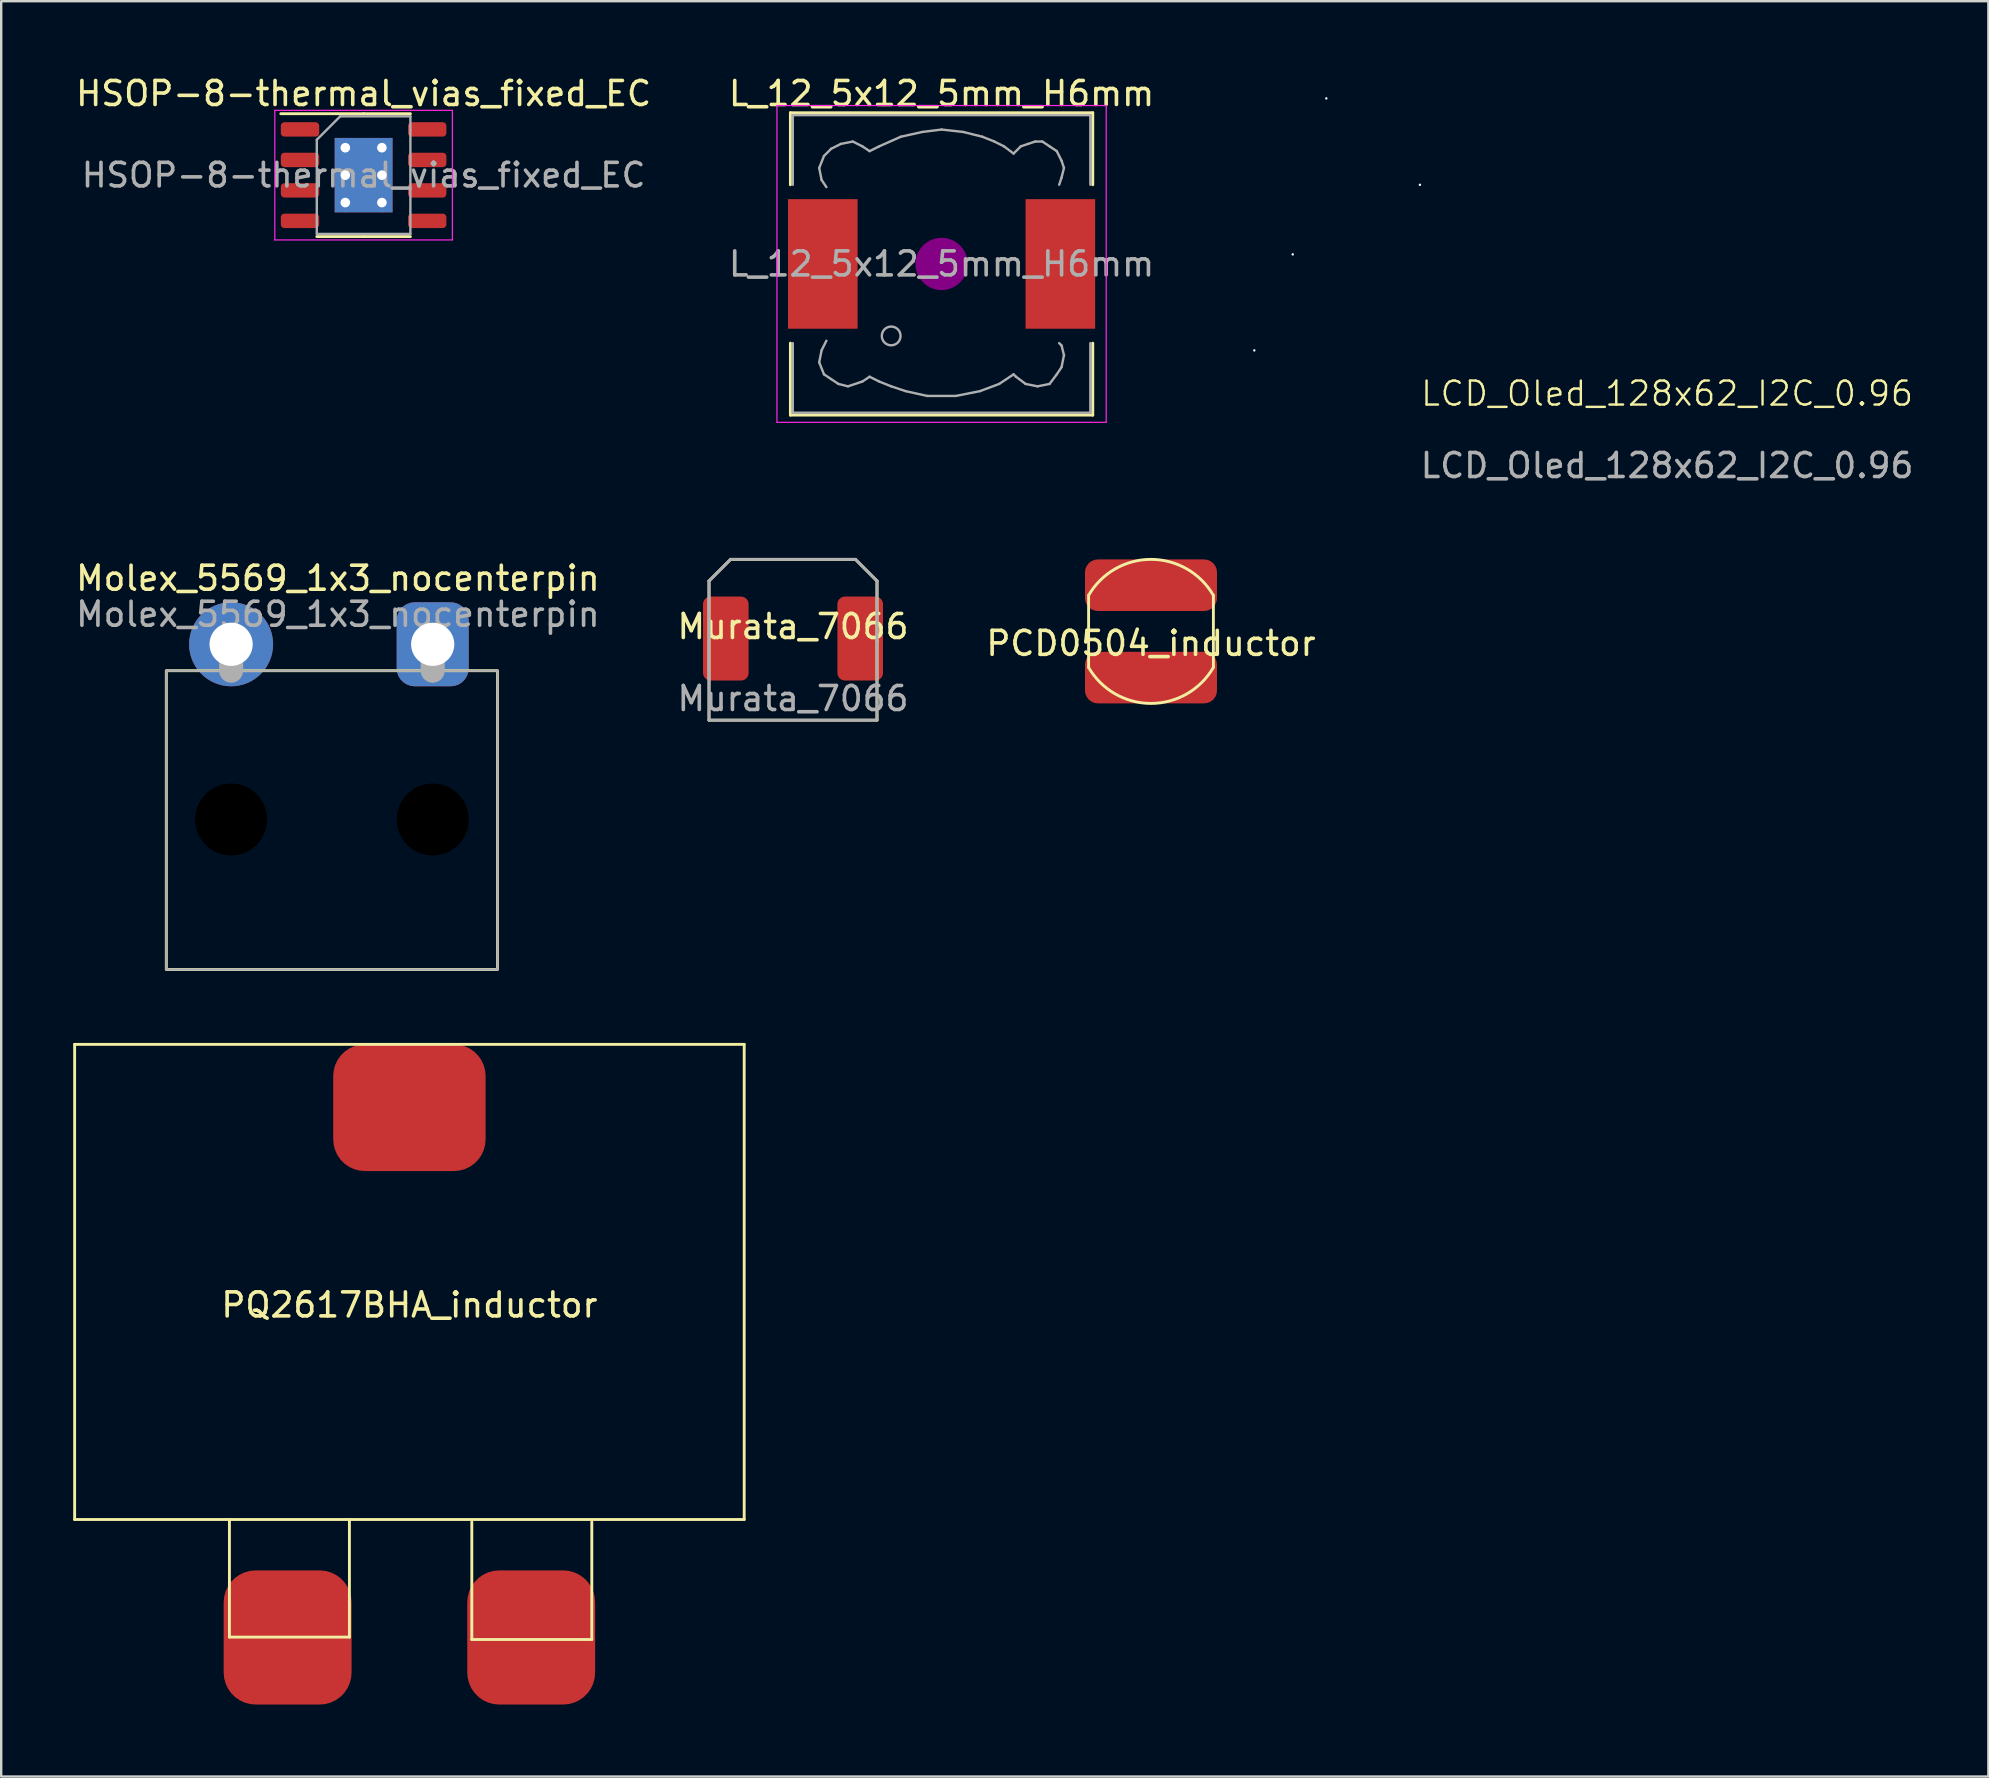
<source format=kicad_pcb>
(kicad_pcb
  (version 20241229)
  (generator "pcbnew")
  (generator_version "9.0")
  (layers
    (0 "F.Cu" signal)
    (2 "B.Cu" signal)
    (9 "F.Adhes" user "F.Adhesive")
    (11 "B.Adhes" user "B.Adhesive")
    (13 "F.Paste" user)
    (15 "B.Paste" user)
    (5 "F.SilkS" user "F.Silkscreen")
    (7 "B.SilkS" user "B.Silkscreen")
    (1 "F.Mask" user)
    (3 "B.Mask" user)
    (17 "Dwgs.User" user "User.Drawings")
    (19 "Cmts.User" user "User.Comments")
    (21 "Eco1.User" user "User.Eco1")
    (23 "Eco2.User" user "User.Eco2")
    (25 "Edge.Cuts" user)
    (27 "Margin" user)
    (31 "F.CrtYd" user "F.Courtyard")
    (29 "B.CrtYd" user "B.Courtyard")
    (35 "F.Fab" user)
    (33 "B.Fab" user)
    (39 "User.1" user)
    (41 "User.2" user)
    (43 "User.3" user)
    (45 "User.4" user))
  (footprint "PQ2617BHA_inductor"
    (layer "F.Cu")
    (at 14.01 50.827)
    (property "Reference" "PQ2617BHA_inductor" (at 0 0.5 0) (layer "F.SilkS") (effects (font (size 1 1) (thickness 0.15))))
    (attr through_hole)
    (fp_line (start -13.95 -10.36) (end 13.95 -10.36) (stroke (width 0.12) (type solid)) (layer "F.SilkS"))
    (fp_line (start -13.95 9.44) (end -13.95 -10.36) (stroke (width 0.12) (type solid)) (layer "F.SilkS"))
    (fp_line (start -7.5 9.44) (end -7.5 14.34) (stroke (width 0.12) (type solid)) (layer "F.SilkS"))
    (fp_line (start -7.5 14.34) (end -2.5 14.34) (stroke (width 0.12) (type solid)) (layer "F.SilkS"))
    (fp_line (start -2.5 14.34) (end -2.5 9.44) (stroke (width 0.12) (type solid)) (layer "F.SilkS"))
    (fp_line (start 2.6 9.54) (end 2.6 14.44) (stroke (width 0.12) (type solid)) (layer "F.SilkS"))
    (fp_line (start 2.6 14.44) (end 7.6 14.44) (stroke (width 0.12) (type solid)) (layer "F.SilkS"))
    (fp_line (start 7.6 14.44) (end 7.6 9.54) (stroke (width 0.12) (type solid)) (layer "F.SilkS"))
    (fp_line (start 13.95 -10.36) (end 13.95 9.44) (stroke (width 0.12) (type solid)) (layer "F.SilkS"))
    (fp_line (start 13.95 9.44) (end -13.95 9.44) (stroke (width 0.12) (type solid)) (layer "F.SilkS"))
    (pad "1" smd roundrect (at -5.075 14.355) (size 5.33 5.59) (layers "F.Cu" "F.Mask" "F.Paste") (roundrect_rratio 0.25))
    (pad "2" smd roundrect (at 5.075 14.355) (size 5.33 5.59) (layers "F.Cu" "F.Mask" "F.Paste") (roundrect_rratio 0.25))
    (pad "3" smd roundrect (at 0 -7.72) (size 6.35 5.28) (layers "F.Cu" "F.Mask" "F.Paste") (roundrect_rratio 0.25)))
  (footprint "Murata_7066"
    (layer "F.Cu")
    (at 29.994 23.558)
    (property "Reference" "Murata_7066" (at 0 -0.5 0) (unlocked yes) (layer "F.SilkS") (effects (font (size 1 1) (thickness 0.15))))
    (attr smd)
    (fp_line (start -3.5 -2.4) (end -2.6 -3.3) (stroke (width 0.12) (type default)) (layer "F.SilkS"))
    (fp_line (start -3.5 3.4) (end -3.5 -2.4) (stroke (width 0.12) (type default)) (layer "F.SilkS"))
    (fp_line (start -2.6 -3.3) (end 2.6 -3.3) (stroke (width 0.12) (type default)) (layer "F.SilkS"))
    (fp_line (start 2.6 -3.3) (end 3.5 -2.4) (stroke (width 0.12) (type default)) (layer "F.SilkS"))
    (fp_line (start 3.5 -2.4) (end 3.5 0.1) (stroke (width 0.12) (type default)) (layer "F.SilkS"))
    (fp_line (start 3.5 0.1) (end 3.5 3.4) (stroke (width 0.12) (type default)) (layer "F.SilkS"))
    (fp_line (start 3.5 3.4) (end -3.5 3.4) (stroke (width 0.12) (type default)) (layer "F.SilkS"))
    (fp_line (start -3.5 -2.4) (end -2.6 -3.3) (stroke (width 0.12) (type default)) (layer "F.Fab"))
    (fp_line (start -3.5 3.4) (end -3.5 -2.4) (stroke (width 0.12) (type default)) (layer "F.Fab"))
    (fp_line (start -2.6 -3.3) (end 2.6 -3.3) (stroke (width 0.12) (type default)) (layer "F.Fab"))
    (fp_line (start 2.6 -3.3) (end 3.5 -2.4) (stroke (width 0.12) (type default)) (layer "F.Fab"))
    (fp_line (start 3.5 -2.4) (end 3.5 0.1) (stroke (width 0.12) (type default)) (layer "F.Fab"))
    (fp_line (start 3.5 0.1) (end 3.5 3.4) (stroke (width 0.12) (type default)) (layer "F.Fab"))
    (fp_line (start 3.5 3.4) (end -3.5 3.4) (stroke (width 0.12) (type default)) (layer "F.Fab"))
    (fp_text user "${REFERENCE}" (at 0 2.5 0) (unlocked yes) (layer "F.Fab") (effects (font (size 1 1) (thickness 0.15))))
    (pad "1" smd roundrect (at -2.8 0) (size 1.9 3.5) (layers "F.Cu" "F.Mask" "F.Paste") (roundrect_rratio 0.164))
    (pad "2" smd roundrect (at 2.8 0) (size 1.9 3.5) (layers "F.Cu" "F.Mask" "F.Paste") (roundrect_rratio 0.164)))
  (footprint "HSOP-8-thermal_vias_fixed_EC"
    (layer "F.Cu")
    (at 12.101 4.248)
    (property "Reference" "HSOP-8-thermal_vias_fixed_EC" (at 0 -3.4 0) (layer "F.SilkS") (effects (font (size 1 1) (thickness 0.15))))
    (attr smd)
    (fp_line (start 0 -2.56) (end -3.45 -2.56) (stroke (width 0.12) (type solid)) (layer "F.SilkS"))
    (fp_line (start 0 -2.56) (end 1.95 -2.56) (stroke (width 0.12) (type solid)) (layer "F.SilkS"))
    (fp_line (start 0 2.56) (end -1.95 2.56) (stroke (width 0.12) (type solid)) (layer "F.SilkS"))
    (fp_line (start 0 2.56) (end 1.95 2.56) (stroke (width 0.12) (type solid)) (layer "F.SilkS"))
    (fp_line (start -3.7 -2.7) (end -3.7 2.7) (stroke (width 0.05) (type solid)) (layer "F.CrtYd"))
    (fp_line (start -3.7 2.7) (end 3.7 2.7) (stroke (width 0.05) (type solid)) (layer "F.CrtYd"))
    (fp_line (start 3.7 -2.7) (end -3.7 -2.7) (stroke (width 0.05) (type solid)) (layer "F.CrtYd"))
    (fp_line (start 3.7 2.7) (end 3.7 -2.7) (stroke (width 0.05) (type solid)) (layer "F.CrtYd"))
    (fp_line (start -1.95 -1.475) (end -0.975 -2.45) (stroke (width 0.1) (type solid)) (layer "F.Fab"))
    (fp_line (start -1.95 2.45) (end -1.95 -1.475) (stroke (width 0.1) (type solid)) (layer "F.Fab"))
    (fp_line (start -0.975 -2.45) (end 1.95 -2.45) (stroke (width 0.1) (type solid)) (layer "F.Fab"))
    (fp_line (start 1.95 -2.45) (end 1.95 2.45) (stroke (width 0.1) (type solid)) (layer "F.Fab"))
    (fp_line (start 1.95 2.45) (end -1.95 2.45) (stroke (width 0.1) (type solid)) (layer "F.Fab"))
    (fp_text user "${REFERENCE}" (at 0 0 0) (layer "F.Fab") (effects (font (size 0.98 0.98) (thickness 0.15))))
    (pad "" smd roundrect (at -0.6 -0.775) (size 0.97 1.25) (layers "F.Paste") (roundrect_rratio 0.25))
    (pad "" smd roundrect (at -0.6 0.775) (size 0.97 1.25) (layers "F.Paste") (roundrect_rratio 0.25))
    (pad "" smd roundrect (at 0.6 -0.775) (size 0.97 1.25) (layers "F.Paste") (roundrect_rratio 0.25))
    (pad "" smd roundrect (at 0.6 0.775) (size 0.97 1.25) (layers "F.Paste") (roundrect_rratio 0.25))
    (pad "1" smd roundrect (at -2.65 -1.905) (size 1.6 0.6) (layers "F.Cu" "F.Mask" "F.Paste") (roundrect_rratio 0.25))
    (pad "2" smd roundrect (at -2.65 -0.635) (size 1.6 0.6) (layers "F.Cu" "F.Mask" "F.Paste") (roundrect_rratio 0.25))
    (pad "3" smd roundrect (at -2.65 0.635) (size 1.6 0.6) (layers "F.Cu" "F.Mask" "F.Paste") (roundrect_rratio 0.25))
    (pad "4" smd roundrect (at -2.65 1.905) (size 1.6 0.6) (layers "F.Cu" "F.Mask" "F.Paste") (roundrect_rratio 0.25))
    (pad "5" smd roundrect (at 2.65 1.905) (size 1.6 0.6) (layers "F.Cu" "F.Mask" "F.Paste") (roundrect_rratio 0.25))
    (pad "6" smd roundrect (at 2.65 0.635) (size 1.6 0.6) (layers "F.Cu" "F.Mask" "F.Paste") (roundrect_rratio 0.25))
    (pad "7" smd roundrect (at 2.65 -0.635) (size 1.6 0.6) (layers "F.Cu" "F.Mask" "F.Paste") (roundrect_rratio 0.25))
    (pad "8" smd roundrect (at 2.65 -1.905) (size 1.6 0.6) (layers "F.Cu" "F.Mask" "F.Paste") (roundrect_rratio 0.25))
    (pad "9" thru_hole circle (at -0.762 -1.143) (size 0.8 0.8) (drill 0.4) (layers "*.Cu"))
    (pad "9" thru_hole circle (at -0.762 0) (size 0.8 0.8) (drill 0.4) (layers "*.Cu"))
    (pad "9" thru_hole circle (at -0.762 1.143) (size 0.8 0.8) (drill 0.4) (layers "*.Cu"))
    (pad "9" smd rect (at 0 0) (size 2.41 3.1) (layers "F.Cu" "F.Mask"))
    (pad "9" smd rect (at 0 0) (size 2.41 3.1) (layers "B.Cu"))
    (pad "9" thru_hole circle (at 0.762 -1.143) (size 0.8 0.8) (drill 0.4) (layers "*.Cu"))
    (pad "9" thru_hole circle (at 0.762 0) (size 0.8 0.8) (drill 0.4) (layers "*.Cu"))
    (pad "9" thru_hole circle (at 0.762 1.143) (size 0.8 0.8) (drill 0.4) (layers "*.Cu")))
  (footprint "Molex_5569_1x3_nocenterpin"
    (layer "F.Cu")
    (at 10.78 23.797)
    (property "Reference" "Molex_5569_1x3_nocenterpin" (at 0.25 -2.75 0) (unlocked yes) (layer "F.SilkS") (effects (font (size 1 1) (thickness 0.15))))
    (attr through_hole)
    (fp_rect (start -6.9 1.1) (end 6.9 13.55) (stroke (width 0.12) (type solid)) (fill no) (layer "F.SilkS"))
    (fp_line (start -4.2 1.1) (end -4.2 0) (stroke (width 1) (type solid)) (layer "F.Fab"))
    (fp_line (start 4.2 1.1) (end 4.2 0) (stroke (width 1) (type solid)) (layer "F.Fab"))
    (fp_rect (start -6.9 1.1) (end 6.9 13.55) (stroke (width 0.1) (type solid)) (fill no) (layer "F.Fab"))
    (fp_text user "${REFERENCE}" (at 0.25 -1.25 0) (unlocked yes) (layer "F.Fab") (effects (font (size 1 1) (thickness 0.15))))
    (pad "" np_thru_hole circle (at -4.2 7.3) (size 3.1 3.1) (drill 3) (layers "*.Mask"))
    (pad "" np_thru_hole circle (at 4.2 7.3) (size 3.1 3.1) (drill 3) (layers "*.Mask"))
    (pad "1" thru_hole roundrect (at 4.2 0) (size 3 3.5) (drill 1.8) (layers "*.Cu" "*.Mask") (roundrect_rratio 0.25))
    (pad "2" thru_hole circle (at -4.2 0) (size 3.5 3.5) (drill 1.8) (layers "*.Cu" "*.Mask")))
  (footprint "LCD_Oled_128x62_I2C_0.96"
    (layer "F.Cu")
    (at 66.417 13.85)
    (property "Reference" "LCD_Oled_128x62_I2C_0.96" (at 0 -0.5 0) (unlocked yes) (layer "F.SilkS") (effects (font (size 1 1) (thickness 0.1))))
    (attr through_hole)
    (fp_text user "${REFERENCE}" (at 0 2.5 0) (unlocked yes) (layer "F.Fab") (effects (font (size 1 1) (thickness 0.15))))
    (pad "" np_thru_hole circle (at -17.2 -2.3) (size 0.1 0.1) (drill 2.1) (layers "*.Mask" "F.Cu"))
    (pad "" np_thru_hole circle (at -15.6 -6.3) (size 0.1 0.1) (drill 2.1) (layers "*.Mask" "F.Cu"))
    (pad "" np_thru_hole circle (at -14.2 -12.8) (size 0.1 0.1) (drill 2.1) (layers "*.Mask" "F.Cu"))
    (pad "" np_thru_hole circle (at -10.3 -9.2) (size 0.1 0.1) (drill 2.1) (layers "*.Mask" "F.Cu")))
  (footprint "L_12_5x12_5mm_H6mm"
    (layer "F.Cu")
    (at 36.185 7.948)
    (property "Reference" "L_12_5x12_5mm_H6mm" (at 0 -7.1 0) (layer "F.SilkS") (effects (font (size 1 1) (thickness 0.15))))
    (attr smd)
    (fp_line (start -6.3 -6.3) (end 6.3 -6.3) (stroke (width 0.12) (type solid)) (layer "F.SilkS"))
    (fp_line (start -6.3 -3.3) (end -6.3 -6.3) (stroke (width 0.12) (type solid)) (layer "F.SilkS"))
    (fp_line (start -6.3 6.3) (end -6.3 3.3) (stroke (width 0.12) (type solid)) (layer "F.SilkS"))
    (fp_line (start 6.3 -6.3) (end 6.3 -3.3) (stroke (width 0.12) (type solid)) (layer "F.SilkS"))
    (fp_line (start 6.3 3.3) (end 6.3 6.3) (stroke (width 0.12) (type solid)) (layer "F.SilkS"))
    (fp_line (start 6.3 6.3) (end -6.3 6.3) (stroke (width 0.12) (type solid)) (layer "F.SilkS"))
    (fp_circle (center 0 0) (end 0.15 0.15) (stroke (width 0.38) (type solid)) (fill no) (layer "F.Adhes"))
    (fp_circle (center 0 0) (end 0.55 0) (stroke (width 0.38) (type solid)) (fill no) (layer "F.Adhes"))
    (fp_circle (center 0 0) (end 0.9 0) (stroke (width 0.38) (type solid)) (fill no) (layer "F.Adhes"))
    (fp_line (start -6.86 -6.6) (end 6.86 -6.6) (stroke (width 0.05) (type solid)) (layer "F.CrtYd"))
    (fp_line (start -6.86 6.6) (end -6.86 -6.6) (stroke (width 0.05) (type solid)) (layer "F.CrtYd"))
    (fp_line (start 6.86 -6.6) (end 6.86 6.6) (stroke (width 0.05) (type solid)) (layer "F.CrtYd"))
    (fp_line (start 6.86 6.6) (end -6.86 6.6) (stroke (width 0.05) (type solid)) (layer "F.CrtYd"))
    (fp_line (start -6.2 -6.2) (end -6.2 -3.3) (stroke (width 0.1) (type solid)) (layer "F.Fab"))
    (fp_line (start -6.2 3.3) (end -6.2 6.2) (stroke (width 0.1) (type solid)) (layer "F.Fab"))
    (fp_line (start -6.2 6.2) (end 6.2 6.2) (stroke (width 0.1) (type solid)) (layer "F.Fab"))
    (fp_line (start -5.1 -4) (end -5 -3.5) (stroke (width 0.1) (type solid)) (layer "F.Fab"))
    (fp_line (start -5.1 4.1) (end -5 3.6) (stroke (width 0.1) (type solid)) (layer "F.Fab"))
    (fp_line (start -5 -3.5) (end -4.8 -3.2) (stroke (width 0.1) (type solid)) (layer "F.Fab"))
    (fp_line (start -5 3.6) (end -4.8 3.2) (stroke (width 0.1) (type solid)) (layer "F.Fab"))
    (fp_line (start -4.9 -4.5) (end -5.1 -4) (stroke (width 0.1) (type solid)) (layer "F.Fab"))
    (fp_line (start -4.9 4.6) (end -5.1 4.1) (stroke (width 0.1) (type solid)) (layer "F.Fab"))
    (fp_line (start -4.6 -4.8) (end -4.9 -4.5) (stroke (width 0.1) (type solid)) (layer "F.Fab"))
    (fp_line (start -4.6 4.8) (end -4.9 4.6) (stroke (width 0.1) (type solid)) (layer "F.Fab"))
    (fp_line (start -4.3 5) (end -4.6 4.8) (stroke (width 0.1) (type solid)) (layer "F.Fab"))
    (fp_line (start -4.2 -5) (end -4.6 -4.8) (stroke (width 0.1) (type solid)) (layer "F.Fab"))
    (fp_line (start -3.9 5.1) (end -4.3 5) (stroke (width 0.1) (type solid)) (layer "F.Fab"))
    (fp_line (start -3.7 -5.1) (end -4.2 -5) (stroke (width 0.1) (type solid)) (layer "F.Fab"))
    (fp_line (start -3.3 -4.9) (end -3.7 -5.1) (stroke (width 0.1) (type solid)) (layer "F.Fab"))
    (fp_line (start -3.3 4.9) (end -3.9 5.1) (stroke (width 0.1) (type solid)) (layer "F.Fab"))
    (fp_line (start -3 -4.7) (end -3.3 -4.9) (stroke (width 0.1) (type solid)) (layer "F.Fab"))
    (fp_line (start -3 4.7) (end -3.3 4.9) (stroke (width 0.1) (type solid)) (layer "F.Fab"))
    (fp_line (start -2.6 -4.9) (end -3 -4.7) (stroke (width 0.1) (type solid)) (layer "F.Fab"))
    (fp_line (start -2.6 4.9) (end -3 4.7) (stroke (width 0.1) (type solid)) (layer "F.Fab"))
    (fp_line (start -2.1 5.1) (end -2.6 4.9) (stroke (width 0.1) (type solid)) (layer "F.Fab"))
    (fp_line (start -1.7 -5.3) (end -2.6 -4.9) (stroke (width 0.1) (type solid)) (layer "F.Fab"))
    (fp_line (start -1.5 5.3) (end -2.1 5.1) (stroke (width 0.1) (type solid)) (layer "F.Fab"))
    (fp_line (start -0.8 -5.5) (end -1.7 -5.3) (stroke (width 0.1) (type solid)) (layer "F.Fab"))
    (fp_line (start -0.6 5.5) (end -1.5 5.3) (stroke (width 0.1) (type solid)) (layer "F.Fab"))
    (fp_line (start 0 -5.6) (end -0.8 -5.5) (stroke (width 0.1) (type solid)) (layer "F.Fab"))
    (fp_line (start 0.6 5.5) (end -0.6 5.5) (stroke (width 0.1) (type solid)) (layer "F.Fab"))
    (fp_line (start 0.9 -5.5) (end 0 -5.6) (stroke (width 0.1) (type solid)) (layer "F.Fab"))
    (fp_line (start 1.6 5.3) (end 0.6 5.5) (stroke (width 0.1) (type solid)) (layer "F.Fab"))
    (fp_line (start 1.7 -5.3) (end 0.9 -5.5) (stroke (width 0.1) (type solid)) (layer "F.Fab"))
    (fp_line (start 2.2 -5.1) (end 1.7 -5.3) (stroke (width 0.1) (type solid)) (layer "F.Fab"))
    (fp_line (start 2.4 5) (end 1.6 5.3) (stroke (width 0.1) (type solid)) (layer "F.Fab"))
    (fp_line (start 2.6 -4.9) (end 2.2 -5.1) (stroke (width 0.1) (type solid)) (layer "F.Fab"))
    (fp_line (start 3 -4.6) (end 2.6 -4.9) (stroke (width 0.1) (type solid)) (layer "F.Fab"))
    (fp_line (start 3 4.6) (end 2.4 5) (stroke (width 0.1) (type solid)) (layer "F.Fab"))
    (fp_line (start 3.1 4.7) (end 3 4.6) (stroke (width 0.1) (type solid)) (layer "F.Fab"))
    (fp_line (start 3.3 -4.9) (end 3 -4.6) (stroke (width 0.1) (type solid)) (layer "F.Fab"))
    (fp_line (start 3.5 5) (end 3.1 4.7) (stroke (width 0.1) (type solid)) (layer "F.Fab"))
    (fp_line (start 3.6 -5) (end 3.3 -4.9) (stroke (width 0.1) (type solid)) (layer "F.Fab"))
    (fp_line (start 3.9 -5.1) (end 3.6 -5) (stroke (width 0.1) (type solid)) (layer "F.Fab"))
    (fp_line (start 4 5.1) (end 3.5 5) (stroke (width 0.1) (type solid)) (layer "F.Fab"))
    (fp_line (start 4.2 -5.1) (end 3.9 -5.1) (stroke (width 0.1) (type solid)) (layer "F.Fab"))
    (fp_line (start 4.5 -4.9) (end 4.2 -5.1) (stroke (width 0.1) (type solid)) (layer "F.Fab"))
    (fp_line (start 4.5 5) (end 4 5.1) (stroke (width 0.1) (type solid)) (layer "F.Fab"))
    (fp_line (start 4.8 -4.7) (end 4.5 -4.9) (stroke (width 0.1) (type solid)) (layer "F.Fab"))
    (fp_line (start 4.8 4.6) (end 4.5 5) (stroke (width 0.1) (type solid)) (layer "F.Fab"))
    (fp_line (start 4.9 -3.3) (end 5 -3.6) (stroke (width 0.1) (type solid)) (layer "F.Fab"))
    (fp_line (start 4.9 3.3) (end 5 3.4) (stroke (width 0.1) (type solid)) (layer "F.Fab"))
    (fp_line (start 5 -4.3) (end 4.8 -4.7) (stroke (width 0.1) (type solid)) (layer "F.Fab"))
    (fp_line (start 5 -3.6) (end 5.1 -4) (stroke (width 0.1) (type solid)) (layer "F.Fab"))
    (fp_line (start 5 3.4) (end 5.1 3.8) (stroke (width 0.1) (type solid)) (layer "F.Fab"))
    (fp_line (start 5 4.3) (end 4.8 4.6) (stroke (width 0.1) (type solid)) (layer "F.Fab"))
    (fp_line (start 5.1 -4) (end 5 -4.3) (stroke (width 0.1) (type solid)) (layer "F.Fab"))
    (fp_line (start 5.1 3.8) (end 5 4.3) (stroke (width 0.1) (type solid)) (layer "F.Fab"))
    (fp_line (start 6.2 -6.2) (end -6.2 -6.2) (stroke (width 0.1) (type solid)) (layer "F.Fab"))
    (fp_line (start 6.2 -6.2) (end 6.2 -3.3) (stroke (width 0.1) (type solid)) (layer "F.Fab"))
    (fp_line (start 6.2 6.2) (end 6.2 3.3) (stroke (width 0.1) (type solid)) (layer "F.Fab"))
    (fp_circle (center -2.1 3) (end -1.8 3.25) (stroke (width 0.1) (type solid)) (fill no) (layer "F.Fab"))
    (fp_text user "${REFERENCE}" (at 0 0 0) (layer "F.Fab") (effects (font (size 1 1) (thickness 0.15))))
    (pad "1" smd rect (at -4.95 0) (size 2.9 5.4) (layers "F.Cu" "F.Mask" "F.Paste"))
    (pad "2" smd rect (at 4.95 0) (size 2.9 5.4) (layers "F.Cu" "F.Mask" "F.Paste")))
  (footprint "PCD0504_inductor"
    (layer "F.Cu")
    (at 44.911 23.26)
    (property "Reference" "PCD0504_inductor" (at 0 0.5 0) (layer "F.SilkS") (effects (font (size 1 1) (thickness 0.15))))
    (attr through_hole)
    (fp_line (start -2.6 1.5) (end -2.6 -1.5) (stroke (width 0.12) (type solid)) (layer "F.SilkS"))
    (fp_line (start 2.6 1.5) (end 2.6 -1.5) (stroke (width 0.12) (type solid)) (layer "F.SilkS"))
    (fp_arc (start -2.599999 -1.5) (mid 0 -3.001665) (end 2.599999 -1.499999) (stroke (width 0.12) (type solid)) (layer "F.SilkS"))
    (fp_arc (start 2.599999 1.5) (mid 0 3.001665) (end -2.599999 1.499999) (stroke (width 0.12) (type solid)) (layer "F.SilkS"))
    (pad "1" smd roundrect (at 0 -1.925) (size 5.5 2.15) (layers "F.Cu" "F.Mask" "F.Paste") (roundrect_rratio 0.25))
    (pad "2" smd roundrect (at 0 1.925) (size 5.5 2.15) (layers "F.Cu" "F.Mask" "F.Paste") (roundrect_rratio 0.25)))
  (gr_rect
    (start -3 -3)
    (end 79.804 70.977)
    (stroke (width 0.1) (type default))
    (fill no)
    (layer "Edge.Cuts")))
</source>
